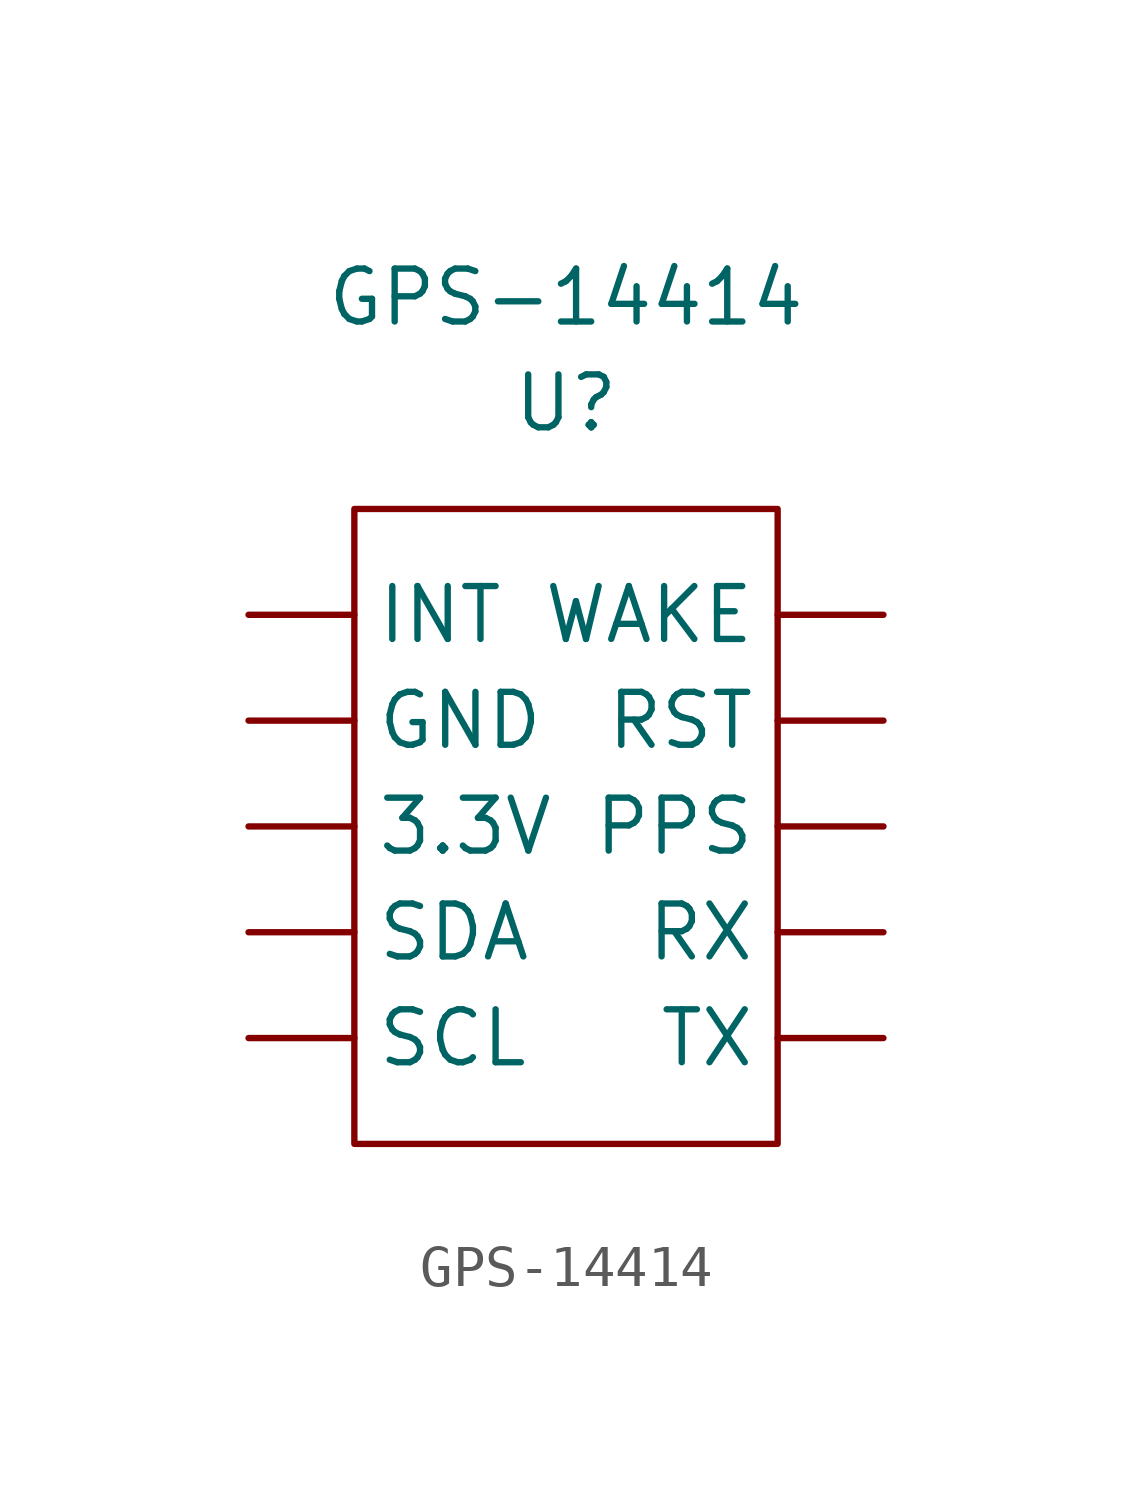
<source format=kicad_sym>
(kicad_symbol_lib
  (version 20211014)
  (generator kicad_symbol_editor)
  (symbol "GPS-14414"
    (property "Reference" "U"
      (at 0 6.35 0)
      (effects (font (size 1.27 1.27))))
    (property "Value" "GPS-14414"
      (at 0 8.89 0)
      (effects (font (size 1.27 1.27))))
    (symbol "GPS-14414_0_1"
      (rectangle (start -5.08 3.81) (end 5.08 -11.43) (stroke (width 0) (type default) (color 0 0 0 0)) (fill (type none))))
    (symbol "GPS-14414_1_1"
      (pin power_in line (at -7.62 -3.81 0) (length 2.54) (name "3.3V" (effects (font (size 1.27 1.27)))) (number "" (effects (font (size 1.27 1.27)))))
      (pin power_in line (at -7.62 -1.27 0) (length 2.54) (name "GND" (effects (font (size 1.27 1.27)))) (number "" (effects (font (size 1.27 1.27)))))
      (pin output line (at -7.62 1.27 0) (length 2.54) (name "INT" (effects (font (size 1.27 1.27)))) (number "" (effects (font (size 1.27 1.27)))))
      (pin output line (at 7.62 -3.81 180) (length 2.54) (name "PPS" (effects (font (size 1.27 1.27)))) (number "" (effects (font (size 1.27 1.27)))))
      (pin input line (at 7.62 -1.27 180) (length 2.54) (name "RST" (effects (font (size 1.27 1.27)))) (number "" (effects (font (size 1.27 1.27)))))
      (pin input line (at 7.62 -6.35 180) (length 2.54) (name "RX" (effects (font (size 1.27 1.27)))) (number "" (effects (font (size 1.27 1.27)))))
      (pin output line (at -7.62 -8.89 0) (length 2.54) (name "SCL" (effects (font (size 1.27 1.27)))) (number "" (effects (font (size 1.27 1.27)))))
      (pin output line (at -7.62 -6.35 0) (length 2.54) (name "SDA" (effects (font (size 1.27 1.27)))) (number "" (effects (font (size 1.27 1.27)))))
      (pin output line (at 7.62 -8.89 180) (length 2.54) (name "TX" (effects (font (size 1.27 1.27)))) (number "" (effects (font (size 1.27 1.27)))))
      (pin input line (at 7.62 1.27 180) (length 2.54) (name "WAKE" (effects (font (size 1.27 1.27)))) (number "" (effects (font (size 1.27 1.27))))))))
</source>
